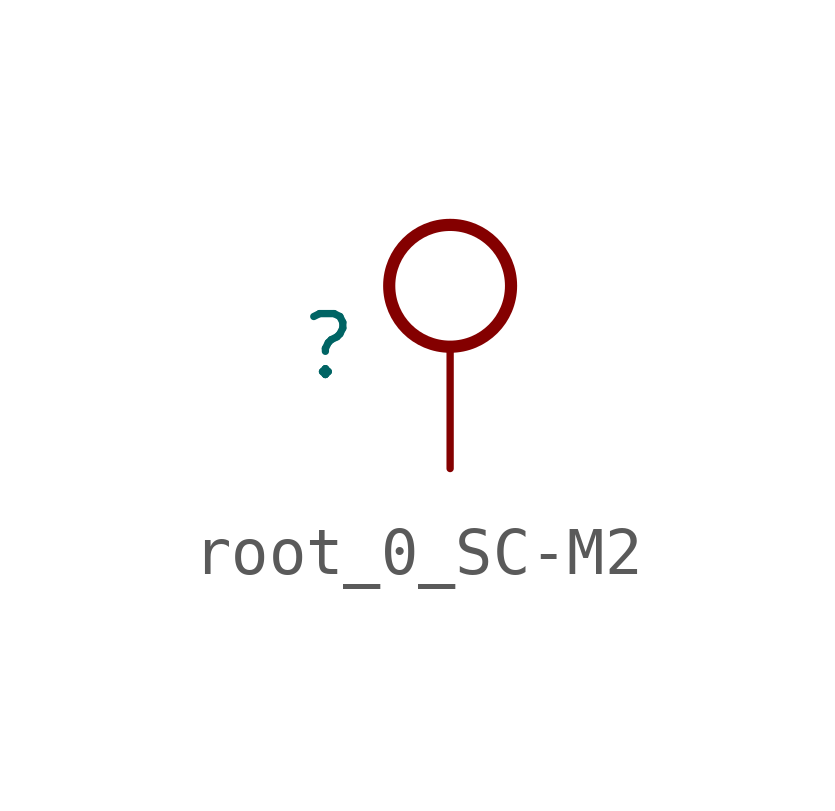
<source format=kicad_sym>
(kicad_symbol_lib
  (version 20220914)
  (generator kicad_symbol_editor)
  (symbol "root_0_SC-M2"
    (property "Reference" ""
      (at 0 0 0)
      (effects (font (size 1.27 1.27))))
    (property "Value" ""
      (at 0 0 0)
      (effects (font (size 1.27 1.27))))
    (symbol "root_0_SC-M2_1_0"
      (circle (center 2.54 1.27) (radius 1.27) (stroke (width 0.254) (type solid)) (fill (type none)))
      (pin passive line (at 2.54 -2.54 90) (length 2.54) (name "PIN1" (effects (font (size 0 0)))) (number "1" (effects (font (size 0 0))))))))
</source>
